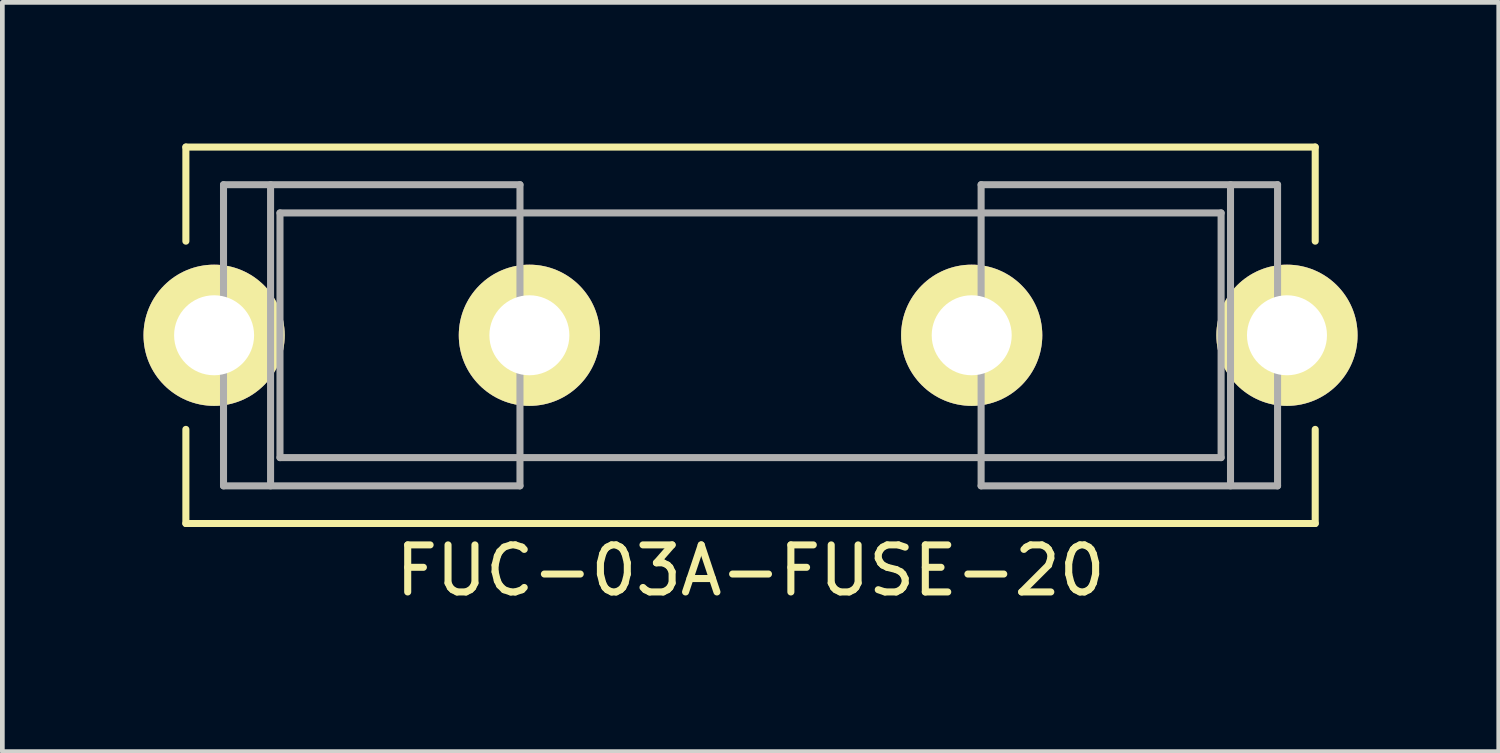
<source format=kicad_pcb>
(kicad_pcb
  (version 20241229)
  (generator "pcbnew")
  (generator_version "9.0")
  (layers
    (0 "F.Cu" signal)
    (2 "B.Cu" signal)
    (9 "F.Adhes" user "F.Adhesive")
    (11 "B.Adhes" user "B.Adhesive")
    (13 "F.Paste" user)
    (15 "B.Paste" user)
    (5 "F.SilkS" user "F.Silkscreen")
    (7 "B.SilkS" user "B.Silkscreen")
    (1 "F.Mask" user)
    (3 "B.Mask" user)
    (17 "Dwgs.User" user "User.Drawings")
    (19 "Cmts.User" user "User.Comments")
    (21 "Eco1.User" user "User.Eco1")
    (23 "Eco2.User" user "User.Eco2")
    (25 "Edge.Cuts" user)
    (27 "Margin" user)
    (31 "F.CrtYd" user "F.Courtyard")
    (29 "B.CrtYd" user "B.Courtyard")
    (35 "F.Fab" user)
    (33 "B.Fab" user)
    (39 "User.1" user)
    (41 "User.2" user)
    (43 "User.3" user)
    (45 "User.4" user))
  (footprint "FUC-03A-FUSE-20"
    (layer "F.Cu")
    (at 12.9 4.075)
    (property "Reference" "FUC-03A-FUSE-20" (at 0 5 0) (layer "F.SilkS") (effects (font (size 1 1) (thickness 0.15))))
    (attr through_hole)
    (fp_line (start -12 -4) (end 12 -4) (stroke (width 0.15) (type solid)) (layer "F.SilkS"))
    (fp_line (start -12 -2) (end -12 -4) (stroke (width 0.15) (type solid)) (layer "F.SilkS"))
    (fp_line (start -12 4) (end -12 2) (stroke (width 0.15) (type solid)) (layer "F.SilkS"))
    (fp_line (start 12 -4) (end 12 -2) (stroke (width 0.15) (type solid)) (layer "F.SilkS"))
    (fp_line (start 12 2) (end 12 4) (stroke (width 0.15) (type solid)) (layer "F.SilkS"))
    (fp_line (start 12 4) (end -12 4) (stroke (width 0.15) (type solid)) (layer "F.SilkS"))
    (fp_line (start -11.2 -3.2) (end -11.2 3.2) (stroke (width 0.15) (type solid)) (layer "F.Fab"))
    (fp_line (start -11.2 3.2) (end -4.9 3.2) (stroke (width 0.15) (type solid)) (layer "F.Fab"))
    (fp_line (start -10.2 3.2) (end -10.2 -3.2) (stroke (width 0.15) (type solid)) (layer "F.Fab"))
    (fp_line (start -10 -2.6) (end -10 2.6) (stroke (width 0.15) (type solid)) (layer "F.Fab"))
    (fp_line (start -10 -2.6) (end 10 -2.6) (stroke (width 0.15) (type solid)) (layer "F.Fab"))
    (fp_line (start -10 2.6) (end 10 2.6) (stroke (width 0.15) (type solid)) (layer "F.Fab"))
    (fp_line (start -4.9 -3.2) (end -11.2 -3.2) (stroke (width 0.15) (type solid)) (layer "F.Fab"))
    (fp_line (start -4.9 3.2) (end -4.9 -3.2) (stroke (width 0.15) (type solid)) (layer "F.Fab"))
    (fp_line (start 4.9 -3.2) (end 4.9 3.2) (stroke (width 0.15) (type solid)) (layer "F.Fab"))
    (fp_line (start 4.9 3.2) (end 11.2 3.2) (stroke (width 0.15) (type solid)) (layer "F.Fab"))
    (fp_line (start 10 2.6) (end 10 -2.6) (stroke (width 0.15) (type solid)) (layer "F.Fab"))
    (fp_line (start 10.2 -3.2) (end 10.2 3.2) (stroke (width 0.15) (type solid)) (layer "F.Fab"))
    (fp_line (start 11.2 -3.2) (end 4.9 -3.2) (stroke (width 0.15) (type solid)) (layer "F.Fab"))
    (fp_line (start 11.2 3.2) (end 11.2 -3.2) (stroke (width 0.15) (type solid)) (layer "F.Fab"))
    (pad "1" thru_hole circle (at -11.4 0 180) (size 3 3) (drill 1.7) (layers "*.Cu" "*.Mask" "F.SilkS"))
    (pad "1" thru_hole circle (at -4.7 0 180) (size 3 3) (drill 1.7) (layers "*.Cu" "*.Mask" "F.SilkS"))
    (pad "2" thru_hole circle (at 4.7 0) (size 3 3) (drill 1.7) (layers "*.Cu" "*.Mask" "F.SilkS"))
    (pad "2" thru_hole circle (at 11.4 0) (size 3 3) (drill 1.7) (layers "*.Cu" "*.Mask" "F.SilkS")))
  (gr_rect
    (start -3 -3)
    (end 28.8 12.923)
    (stroke (width 0.1) (type default))
    (fill no)
    (layer "Edge.Cuts")))
</source>
